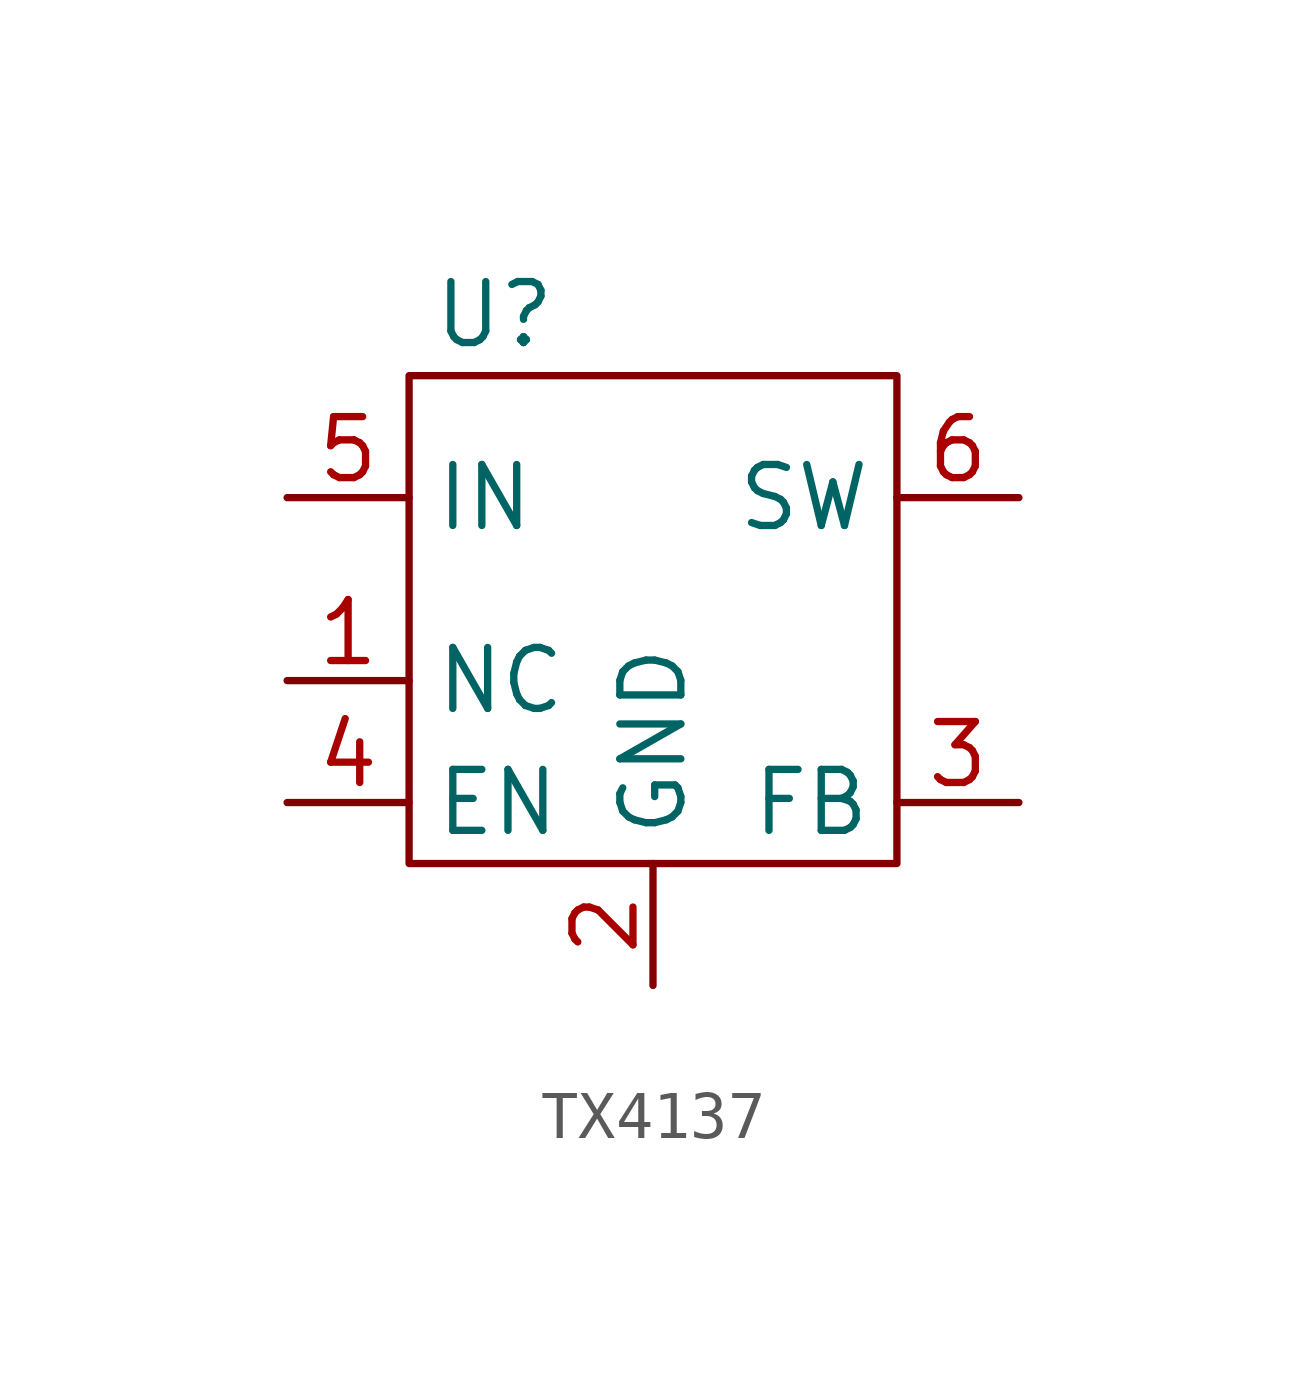
<source format=kicad_sym>
(kicad_symbol_lib
  (version 20231120)
  (generator "kicad_symbol_editor")
  (generator_version "8.0")
  (symbol "TX4137"
    (property "Reference" "U"
      (at -3.302 6.35 0)
      (effects (font (size 1.27 1.27))))
    (property "Value" ""
      (at -5.08 -5.08 0)
      (effects (font (size 1.27 1.27))))
    (symbol "TX4137_0_1"
      (rectangle (start -5.08 5.08) (end 5.08 -5.08) (stroke (width 0) (type default)) (fill (type none))))
    (symbol "TX4137_1_1"
      (pin input line (at -7.62 -1.27 0) (length 2.54) (name "NC" (effects (font (size 1.27 1.27)))) (number "1" (effects (font (size 1.27 1.27)))))
      (pin input line (at 0 -7.62 90) (length 2.54) (name "GND" (effects (font (size 1.27 1.27)))) (number "2" (effects (font (size 1.27 1.27)))))
      (pin input line (at 7.62 -3.81 180) (length 2.54) (name "FB" (effects (font (size 1.27 1.27)))) (number "3" (effects (font (size 1.27 1.27)))))
      (pin input line (at -7.62 -3.81 0) (length 2.54) (name "EN" (effects (font (size 1.27 1.27)))) (number "4" (effects (font (size 1.27 1.27)))))
      (pin input line (at -7.62 2.54 0) (length 2.54) (name "IN" (effects (font (size 1.27 1.27)))) (number "5" (effects (font (size 1.27 1.27)))))
      (pin input line (at 7.62 2.54 180) (length 2.54) (name "SW" (effects (font (size 1.27 1.27)))) (number "6" (effects (font (size 1.27 1.27))))))))
</source>
